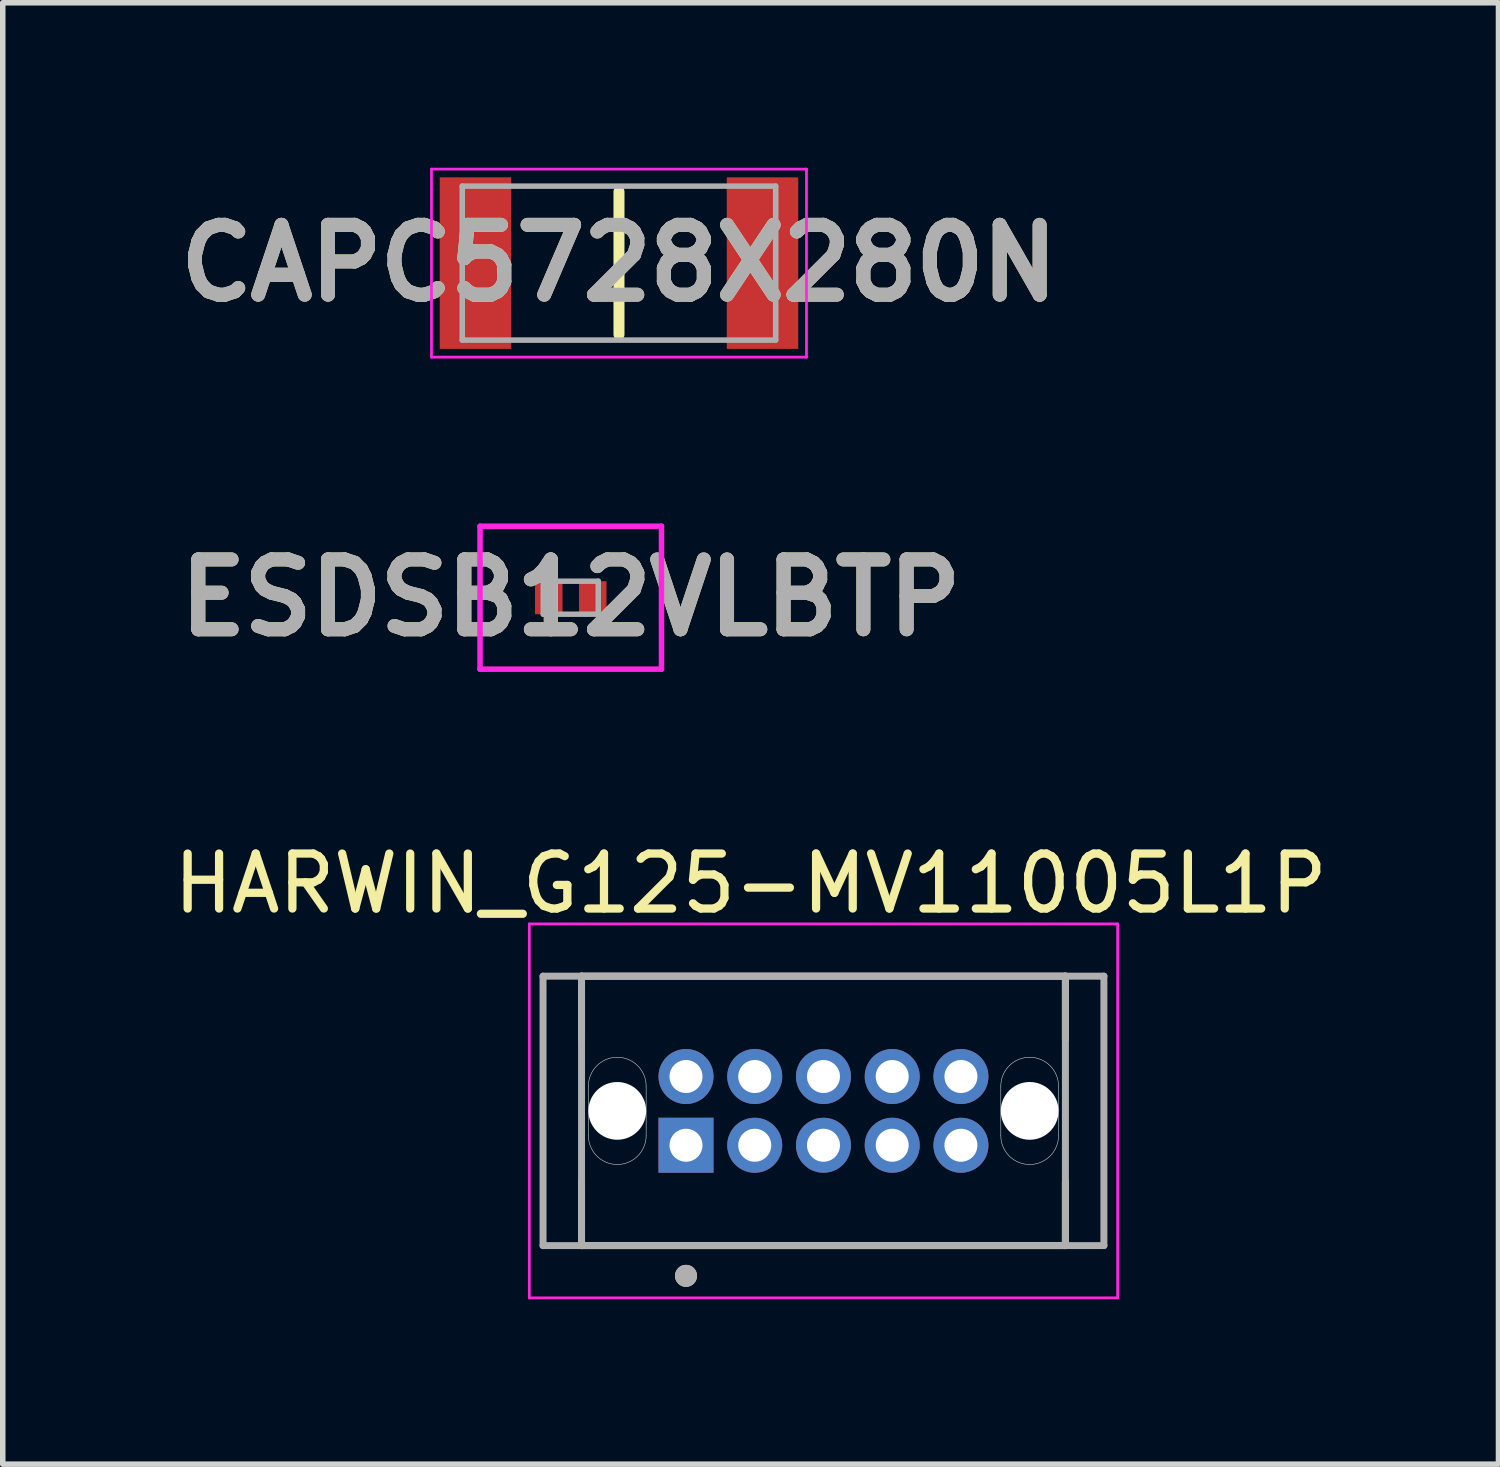
<source format=kicad_pcb>
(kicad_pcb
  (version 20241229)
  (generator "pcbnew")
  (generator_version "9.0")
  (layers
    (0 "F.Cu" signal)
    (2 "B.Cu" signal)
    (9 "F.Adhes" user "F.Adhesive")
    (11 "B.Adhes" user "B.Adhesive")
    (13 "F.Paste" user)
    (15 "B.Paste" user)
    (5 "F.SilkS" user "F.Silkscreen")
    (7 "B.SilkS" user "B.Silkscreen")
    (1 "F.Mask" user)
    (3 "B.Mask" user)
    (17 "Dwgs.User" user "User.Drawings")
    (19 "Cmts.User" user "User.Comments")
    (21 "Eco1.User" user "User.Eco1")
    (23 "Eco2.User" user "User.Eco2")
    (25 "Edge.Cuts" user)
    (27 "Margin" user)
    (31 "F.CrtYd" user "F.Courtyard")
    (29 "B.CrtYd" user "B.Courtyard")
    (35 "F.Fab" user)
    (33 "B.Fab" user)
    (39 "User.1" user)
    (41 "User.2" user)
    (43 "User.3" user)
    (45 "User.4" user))
  (footprint "ESDSB12VLBTP"
    (layer "F.Cu")
    (at 7.33 7.82)
    (property "Reference" "ESDSB12VLBTP" (at 0 0 0) (layer "F.SilkS") (effects (font (size 1.27 1.27) (thickness 0.254))))
    (attr smd)
    (fp_line (start -1.3 0) (end -1.3 0) (stroke (width 0.1) (type solid)) (layer "F.SilkS"))
    (fp_line (start -1.2 0) (end -1.2 0) (stroke (width 0.1) (type solid)) (layer "F.SilkS"))
    (fp_arc (start -1.3 0) (mid -1.25 -0.05) (end -1.2 0) (stroke (width 0.1) (type solid)) (layer "F.SilkS"))
    (fp_arc (start -1.2 0) (mid -1.25 0.05) (end -1.3 0) (stroke (width 0.1) (type solid)) (layer "F.SilkS"))
    (fp_line (start -1.65 -1.3) (end 1.65 -1.3) (stroke (width 0.1) (type solid)) (layer "F.CrtYd"))
    (fp_line (start -1.65 1.3) (end -1.65 -1.3) (stroke (width 0.1) (type solid)) (layer "F.CrtYd"))
    (fp_line (start 1.65 -1.3) (end 1.65 1.3) (stroke (width 0.1) (type solid)) (layer "F.CrtYd"))
    (fp_line (start 1.65 1.3) (end -1.65 1.3) (stroke (width 0.1) (type solid)) (layer "F.CrtYd"))
    (fp_line (start -0.5 -0.3) (end -0.5 0.3) (stroke (width 0.1) (type solid)) (layer "F.Fab"))
    (fp_line (start -0.5 0.3) (end 0.5 0.3) (stroke (width 0.1) (type solid)) (layer "F.Fab"))
    (fp_line (start 0.5 -0.3) (end -0.5 -0.3) (stroke (width 0.1) (type solid)) (layer "F.Fab"))
    (fp_line (start 0.5 0.3) (end 0.5 -0.3) (stroke (width 0.1) (type solid)) (layer "F.Fab"))
    (fp_text user "${REFERENCE}" (at 0 0 0) (layer "F.Fab") (effects (font (size 1.27 1.27) (thickness 0.254))))
    (pad "1" smd rect (at -0.4 0) (size 0.5 0.6) (layers "F.Cu" "F.Mask" "F.Paste"))
    (pad "2" smd rect (at 0.4 0) (size 0.5 0.6) (layers "F.Cu" "F.Mask" "F.Paste")))
  (footprint "CAPC5728X280N"
    (layer "F.Cu")
    (at 8.207 1.735)
    (property "Reference" "CAPC5728X280N" (at 0 0 0) (layer "F.SilkS") (effects (font (size 1.27 1.27) (thickness 0.254))))
    (attr smd)
    (fp_line (start 0 -1.3) (end 0 1.3) (stroke (width 0.2) (type solid)) (layer "F.SilkS"))
    (fp_line (start -3.41 -1.71) (end 3.41 -1.71) (stroke (width 0.05) (type solid)) (layer "F.CrtYd"))
    (fp_line (start -3.41 1.71) (end -3.41 -1.71) (stroke (width 0.05) (type solid)) (layer "F.CrtYd"))
    (fp_line (start 3.41 -1.71) (end 3.41 1.71) (stroke (width 0.05) (type solid)) (layer "F.CrtYd"))
    (fp_line (start 3.41 1.71) (end -3.41 1.71) (stroke (width 0.05) (type solid)) (layer "F.CrtYd"))
    (fp_line (start -2.85 -1.4) (end 2.85 -1.4) (stroke (width 0.1) (type solid)) (layer "F.Fab"))
    (fp_line (start -2.85 1.4) (end -2.85 -1.4) (stroke (width 0.1) (type solid)) (layer "F.Fab"))
    (fp_line (start 2.85 -1.4) (end 2.85 1.4) (stroke (width 0.1) (type solid)) (layer "F.Fab"))
    (fp_line (start 2.85 1.4) (end -2.85 1.4) (stroke (width 0.1) (type solid)) (layer "F.Fab"))
    (fp_text user "${REFERENCE}" (at 0 0 0) (layer "F.Fab") (effects (font (size 1.27 1.27) (thickness 0.254))))
    (pad "1" smd rect (at -2.61 0) (size 1.3 3.12) (layers "F.Cu" "F.Mask" "F.Paste"))
    (pad "2" smd rect (at 2.61 0) (size 1.3 3.12) (layers "F.Cu" "F.Mask" "F.Paste")))
  (footprint "HARWIN_G125-MV11005L1P"
    (layer "F.Cu")
    (at 11.926 17.153)
    (property "Reference" "HARWIN_G125-MV11005L1P" (at -1.325 -4.135 0) (layer "F.SilkS") (effects (font (size 1 1) (thickness 0.15))))
    (attr through_hole)
    (fp_poly (pts (xy -3.75 -1.075) (xy -3.717 -1.074) (xy -3.685 -1.072) (xy -3.652 -1.067) (xy -3.62 -1.061) (xy -3.588 -1.054) (xy -3.557 -1.044) (xy -3.526 -1.033) (xy -3.496 -1.021) (xy -3.466 -1.007) (xy -3.438 -0.991) (xy -3.41 -0.974) (xy -3.383 -0.956) (xy -3.357 -0.936) (xy -3.332 -0.914) (xy -3.308 -0.892) (xy -3.286 -0.868) (xy -3.264 -0.843) (xy -3.244 -0.817) (xy -3.226 -0.79) (xy -3.209 -0.762) (xy -3.193 -0.734) (xy -3.179 -0.704) (xy -3.167 -0.674) (xy -3.156 -0.643) (xy -3.146 -0.612) (xy -3.139 -0.58) (xy -3.133 -0.548) (xy -3.128 -0.515) (xy -3.126 -0.483) (xy -3.125 -0.45) (xy -3.125 0.45) (xy -3.126 0.483) (xy -3.128 0.515) (xy -3.133 0.548) (xy -3.139 0.58) (xy -3.146 0.612) (xy -3.156 0.643) (xy -3.167 0.674) (xy -3.179 0.704) (xy -3.193 0.734) (xy -3.209 0.762) (xy -3.226 0.79) (xy -3.244 0.817) (xy -3.264 0.843) (xy -3.286 0.868) (xy -3.308 0.892) (xy -3.332 0.914) (xy -3.357 0.936) (xy -3.383 0.956) (xy -3.41 0.974) (xy -3.438 0.991) (xy -3.466 1.007) (xy -3.496 1.021) (xy -3.526 1.033) (xy -3.557 1.044) (xy -3.588 1.054) (xy -3.62 1.061) (xy -3.652 1.067) (xy -3.685 1.072) (xy -3.717 1.074) (xy -3.75 1.075) (xy -3.783 1.074) (xy -3.815 1.072) (xy -3.848 1.067) (xy -3.88 1.061) (xy -3.912 1.054) (xy -3.943 1.044) (xy -3.974 1.033) (xy -4.004 1.021) (xy -4.034 1.007) (xy -4.063 0.991) (xy -4.09 0.974) (xy -4.117 0.956) (xy -4.143 0.936) (xy -4.168 0.914) (xy -4.192 0.892) (xy -4.214 0.868) (xy -4.236 0.843) (xy -4.256 0.817) (xy -4.274 0.79) (xy -4.291 0.762) (xy -4.307 0.734) (xy -4.321 0.704) (xy -4.333 0.674) (xy -4.344 0.643) (xy -4.354 0.612) (xy -4.361 0.58) (xy -4.367 0.548) (xy -4.372 0.515) (xy -4.374 0.483) (xy -4.375 0.45) (xy -4.375 -0.45) (xy -4.374 -0.483) (xy -4.372 -0.515) (xy -4.367 -0.548) (xy -4.361 -0.58) (xy -4.354 -0.612) (xy -4.344 -0.643) (xy -4.333 -0.674) (xy -4.321 -0.704) (xy -4.307 -0.734) (xy -4.291 -0.762) (xy -4.274 -0.79) (xy -4.256 -0.817) (xy -4.236 -0.843) (xy -4.214 -0.868) (xy -4.192 -0.892) (xy -4.168 -0.914) (xy -4.143 -0.936) (xy -4.117 -0.956) (xy -4.09 -0.974) (xy -4.063 -0.991) (xy -4.034 -1.007) (xy -4.004 -1.021) (xy -3.974 -1.033) (xy -3.943 -1.044) (xy -3.912 -1.054) (xy -3.88 -1.061) (xy -3.848 -1.067) (xy -3.815 -1.072) (xy -3.783 -1.074) (xy -3.75 -1.075)) (stroke (width 0.01) (type solid)) (fill yes) (layer "F.Mask"))
    (fp_poly (pts (xy 3.75 1.075) (xy 3.717 1.074) (xy 3.685 1.072) (xy 3.652 1.067) (xy 3.62 1.061) (xy 3.588 1.054) (xy 3.557 1.044) (xy 3.526 1.033) (xy 3.496 1.021) (xy 3.466 1.007) (xy 3.438 0.991) (xy 3.41 0.974) (xy 3.383 0.956) (xy 3.357 0.936) (xy 3.332 0.914) (xy 3.308 0.892) (xy 3.286 0.868) (xy 3.264 0.843) (xy 3.244 0.817) (xy 3.226 0.79) (xy 3.209 0.762) (xy 3.193 0.734) (xy 3.179 0.704) (xy 3.167 0.674) (xy 3.156 0.643) (xy 3.146 0.612) (xy 3.139 0.58) (xy 3.133 0.548) (xy 3.128 0.515) (xy 3.126 0.483) (xy 3.125 0.45) (xy 3.125 -0.45) (xy 3.126 -0.483) (xy 3.128 -0.515) (xy 3.133 -0.548) (xy 3.139 -0.58) (xy 3.146 -0.612) (xy 3.156 -0.643) (xy 3.167 -0.674) (xy 3.179 -0.704) (xy 3.193 -0.734) (xy 3.209 -0.762) (xy 3.226 -0.79) (xy 3.244 -0.817) (xy 3.264 -0.843) (xy 3.286 -0.868) (xy 3.308 -0.892) (xy 3.332 -0.914) (xy 3.357 -0.936) (xy 3.383 -0.956) (xy 3.41 -0.974) (xy 3.438 -0.991) (xy 3.466 -1.007) (xy 3.496 -1.021) (xy 3.526 -1.033) (xy 3.557 -1.044) (xy 3.588 -1.054) (xy 3.62 -1.061) (xy 3.652 -1.067) (xy 3.685 -1.072) (xy 3.717 -1.074) (xy 3.75 -1.075) (xy 3.783 -1.074) (xy 3.815 -1.072) (xy 3.848 -1.067) (xy 3.88 -1.061) (xy 3.912 -1.054) (xy 3.943 -1.044) (xy 3.974 -1.033) (xy 4.004 -1.021) (xy 4.034 -1.007) (xy 4.063 -0.991) (xy 4.09 -0.974) (xy 4.117 -0.956) (xy 4.143 -0.936) (xy 4.168 -0.914) (xy 4.192 -0.892) (xy 4.214 -0.868) (xy 4.236 -0.843) (xy 4.256 -0.817) (xy 4.274 -0.79) (xy 4.291 -0.762) (xy 4.307 -0.734) (xy 4.321 -0.704) (xy 4.333 -0.674) (xy 4.344 -0.643) (xy 4.354 -0.612) (xy 4.361 -0.58) (xy 4.367 -0.548) (xy 4.372 -0.515) (xy 4.374 -0.483) (xy 4.375 -0.45) (xy 4.375 0.45) (xy 4.374 0.483) (xy 4.372 0.515) (xy 4.367 0.548) (xy 4.361 0.58) (xy 4.354 0.612) (xy 4.344 0.643) (xy 4.333 0.674) (xy 4.321 0.704) (xy 4.307 0.734) (xy 4.291 0.762) (xy 4.274 0.79) (xy 4.256 0.817) (xy 4.236 0.843) (xy 4.214 0.868) (xy 4.192 0.892) (xy 4.168 0.914) (xy 4.143 0.936) (xy 4.117 0.956) (xy 4.09 0.974) (xy 4.063 0.991) (xy 4.034 1.007) (xy 4.004 1.021) (xy 3.974 1.033) (xy 3.943 1.044) (xy 3.912 1.054) (xy 3.88 1.061) (xy 3.848 1.067) (xy 3.815 1.072) (xy 3.783 1.074) (xy 3.75 1.075)) (stroke (width 0.01) (type solid)) (fill yes) (layer "F.Mask"))
    (fp_poly (pts (xy -3.75 -1.075) (xy -3.717 -1.074) (xy -3.685 -1.072) (xy -3.652 -1.067) (xy -3.62 -1.061) (xy -3.588 -1.054) (xy -3.557 -1.044) (xy -3.526 -1.033) (xy -3.496 -1.021) (xy -3.466 -1.007) (xy -3.438 -0.991) (xy -3.41 -0.974) (xy -3.383 -0.956) (xy -3.357 -0.936) (xy -3.332 -0.914) (xy -3.308 -0.892) (xy -3.286 -0.868) (xy -3.264 -0.843) (xy -3.244 -0.817) (xy -3.226 -0.79) (xy -3.209 -0.762) (xy -3.193 -0.734) (xy -3.179 -0.704) (xy -3.167 -0.674) (xy -3.156 -0.643) (xy -3.146 -0.612) (xy -3.139 -0.58) (xy -3.133 -0.548) (xy -3.128 -0.515) (xy -3.126 -0.483) (xy -3.125 -0.45) (xy -3.125 0.45) (xy -3.126 0.483) (xy -3.128 0.515) (xy -3.133 0.548) (xy -3.139 0.58) (xy -3.146 0.612) (xy -3.156 0.643) (xy -3.167 0.674) (xy -3.179 0.704) (xy -3.193 0.734) (xy -3.209 0.762) (xy -3.226 0.79) (xy -3.244 0.817) (xy -3.264 0.843) (xy -3.286 0.868) (xy -3.308 0.892) (xy -3.332 0.914) (xy -3.357 0.936) (xy -3.383 0.956) (xy -3.41 0.974) (xy -3.438 0.991) (xy -3.466 1.007) (xy -3.496 1.021) (xy -3.526 1.033) (xy -3.557 1.044) (xy -3.588 1.054) (xy -3.62 1.061) (xy -3.652 1.067) (xy -3.685 1.072) (xy -3.717 1.074) (xy -3.75 1.075) (xy -3.783 1.074) (xy -3.815 1.072) (xy -3.848 1.067) (xy -3.88 1.061) (xy -3.912 1.054) (xy -3.943 1.044) (xy -3.974 1.033) (xy -4.004 1.021) (xy -4.034 1.007) (xy -4.063 0.991) (xy -4.09 0.974) (xy -4.117 0.956) (xy -4.143 0.936) (xy -4.168 0.914) (xy -4.192 0.892) (xy -4.214 0.868) (xy -4.236 0.843) (xy -4.256 0.817) (xy -4.274 0.79) (xy -4.291 0.762) (xy -4.307 0.734) (xy -4.321 0.704) (xy -4.333 0.674) (xy -4.344 0.643) (xy -4.354 0.612) (xy -4.361 0.58) (xy -4.367 0.548) (xy -4.372 0.515) (xy -4.374 0.483) (xy -4.375 0.45) (xy -4.375 -0.45) (xy -4.374 -0.483) (xy -4.372 -0.515) (xy -4.367 -0.548) (xy -4.361 -0.58) (xy -4.354 -0.612) (xy -4.344 -0.643) (xy -4.333 -0.674) (xy -4.321 -0.704) (xy -4.307 -0.734) (xy -4.291 -0.762) (xy -4.274 -0.79) (xy -4.256 -0.817) (xy -4.236 -0.843) (xy -4.214 -0.868) (xy -4.192 -0.892) (xy -4.168 -0.914) (xy -4.143 -0.936) (xy -4.117 -0.956) (xy -4.09 -0.974) (xy -4.063 -0.991) (xy -4.034 -1.007) (xy -4.004 -1.021) (xy -3.974 -1.033) (xy -3.943 -1.044) (xy -3.912 -1.054) (xy -3.88 -1.061) (xy -3.848 -1.067) (xy -3.815 -1.072) (xy -3.783 -1.074) (xy -3.75 -1.075)) (stroke (width 0.01) (type solid)) (fill yes) (layer "B.Mask"))
    (fp_poly (pts (xy 3.75 1.075) (xy 3.717 1.074) (xy 3.685 1.072) (xy 3.652 1.067) (xy 3.62 1.061) (xy 3.588 1.054) (xy 3.557 1.044) (xy 3.526 1.033) (xy 3.496 1.021) (xy 3.466 1.007) (xy 3.438 0.991) (xy 3.41 0.974) (xy 3.383 0.956) (xy 3.357 0.936) (xy 3.332 0.914) (xy 3.308 0.892) (xy 3.286 0.868) (xy 3.264 0.843) (xy 3.244 0.817) (xy 3.226 0.79) (xy 3.209 0.762) (xy 3.193 0.734) (xy 3.179 0.704) (xy 3.167 0.674) (xy 3.156 0.643) (xy 3.146 0.612) (xy 3.139 0.58) (xy 3.133 0.548) (xy 3.128 0.515) (xy 3.126 0.483) (xy 3.125 0.45) (xy 3.125 -0.45) (xy 3.126 -0.483) (xy 3.128 -0.515) (xy 3.133 -0.548) (xy 3.139 -0.58) (xy 3.146 -0.612) (xy 3.156 -0.643) (xy 3.167 -0.674) (xy 3.179 -0.704) (xy 3.193 -0.734) (xy 3.209 -0.762) (xy 3.226 -0.79) (xy 3.244 -0.817) (xy 3.264 -0.843) (xy 3.286 -0.868) (xy 3.308 -0.892) (xy 3.332 -0.914) (xy 3.357 -0.936) (xy 3.383 -0.956) (xy 3.41 -0.974) (xy 3.438 -0.991) (xy 3.466 -1.007) (xy 3.496 -1.021) (xy 3.526 -1.033) (xy 3.557 -1.044) (xy 3.588 -1.054) (xy 3.62 -1.061) (xy 3.652 -1.067) (xy 3.685 -1.072) (xy 3.717 -1.074) (xy 3.75 -1.075) (xy 3.783 -1.074) (xy 3.815 -1.072) (xy 3.848 -1.067) (xy 3.88 -1.061) (xy 3.912 -1.054) (xy 3.943 -1.044) (xy 3.974 -1.033) (xy 4.004 -1.021) (xy 4.034 -1.007) (xy 4.063 -0.991) (xy 4.09 -0.974) (xy 4.117 -0.956) (xy 4.143 -0.936) (xy 4.168 -0.914) (xy 4.192 -0.892) (xy 4.214 -0.868) (xy 4.236 -0.843) (xy 4.256 -0.817) (xy 4.274 -0.79) (xy 4.291 -0.762) (xy 4.307 -0.734) (xy 4.321 -0.704) (xy 4.333 -0.674) (xy 4.344 -0.643) (xy 4.354 -0.612) (xy 4.361 -0.58) (xy 4.367 -0.548) (xy 4.372 -0.515) (xy 4.374 -0.483) (xy 4.375 -0.45) (xy 4.375 0.45) (xy 4.374 0.483) (xy 4.372 0.515) (xy 4.367 0.548) (xy 4.361 0.58) (xy 4.354 0.612) (xy 4.344 0.643) (xy 4.333 0.674) (xy 4.321 0.704) (xy 4.307 0.734) (xy 4.291 0.762) (xy 4.274 0.79) (xy 4.256 0.817) (xy 4.236 0.843) (xy 4.214 0.868) (xy 4.192 0.892) (xy 4.168 0.914) (xy 4.143 0.936) (xy 4.117 0.956) (xy 4.09 0.974) (xy 4.063 0.991) (xy 4.034 1.007) (xy 4.004 1.021) (xy 3.974 1.033) (xy 3.943 1.044) (xy 3.912 1.054) (xy 3.88 1.061) (xy 3.848 1.067) (xy 3.815 1.072) (xy 3.783 1.074) (xy 3.75 1.075)) (stroke (width 0.01) (type solid)) (fill yes) (layer "B.Mask"))
    (fp_line (start -4.4 -2.45) (end 4.4 -2.45) (stroke (width 0.127) (type solid)) (layer "F.SilkS"))
    (fp_line (start -4.4 -1.295) (end -4.4 -2.45) (stroke (width 0.127) (type solid)) (layer "F.SilkS"))
    (fp_line (start -4.4 2.45) (end -4.4 1.295) (stroke (width 0.127) (type solid)) (layer "F.SilkS"))
    (fp_line (start 4.4 -2.45) (end 4.4 -1.295) (stroke (width 0.127) (type solid)) (layer "F.SilkS"))
    (fp_line (start 4.4 1.295) (end 4.4 2.45) (stroke (width 0.127) (type solid)) (layer "F.SilkS"))
    (fp_line (start 4.4 2.45) (end -4.4 2.45) (stroke (width 0.127) (type solid)) (layer "F.SilkS"))
    (fp_circle (center -2.5 3) (end -2.4 3) (stroke (width 0.2) (type solid)) (fill no) (layer "F.SilkS"))
    (fp_line (start -4.275 0.45) (end -4.275 -0.45) (stroke (width 0.01) (type solid)) (layer "Edge.Cuts"))
    (fp_line (start -3.225 -0.45) (end -3.225 0.45) (stroke (width 0.01) (type solid)) (layer "Edge.Cuts"))
    (fp_line (start 3.225 0.45) (end 3.225 -0.45) (stroke (width 0.01) (type solid)) (layer "Edge.Cuts"))
    (fp_line (start 4.275 -0.45) (end 4.275 0.45) (stroke (width 0.01) (type solid)) (layer "Edge.Cuts"))
    (fp_arc (start -4.275 -0.45) (mid -4.121231 -0.821231) (end -3.75 -0.975) (stroke (width 0.01) (type solid)) (layer "Edge.Cuts"))
    (fp_arc (start -3.75 -0.975) (mid -3.378769 -0.821231) (end -3.225 -0.45) (stroke (width 0.01) (type solid)) (layer "Edge.Cuts"))
    (fp_arc (start -3.75 0.975) (mid -4.121231 0.821231) (end -4.275 0.45) (stroke (width 0.01) (type solid)) (layer "Edge.Cuts"))
    (fp_arc (start -3.225 0.45) (mid -3.378769 0.821231) (end -3.75 0.975) (stroke (width 0.01) (type solid)) (layer "Edge.Cuts"))
    (fp_arc (start 3.225 -0.45) (mid 3.378769 -0.821231) (end 3.75 -0.975) (stroke (width 0.01) (type solid)) (layer "Edge.Cuts"))
    (fp_arc (start 3.75 -0.975) (mid 4.121231 -0.821231) (end 4.275 -0.45) (stroke (width 0.01) (type solid)) (layer "Edge.Cuts"))
    (fp_arc (start 3.75 0.975) (mid 3.378769 0.821231) (end 3.225 0.45) (stroke (width 0.01) (type solid)) (layer "Edge.Cuts"))
    (fp_arc (start 4.275 0.45) (mid 4.121231 0.821231) (end 3.75 0.975) (stroke (width 0.01) (type solid)) (layer "Edge.Cuts"))
    (fp_line (start -5.35 -3.4) (end 5.35 -3.4) (stroke (width 0.05) (type solid)) (layer "F.CrtYd"))
    (fp_line (start -5.35 3.4) (end -5.35 -3.4) (stroke (width 0.05) (type solid)) (layer "F.CrtYd"))
    (fp_line (start 5.35 -3.4) (end 5.35 3.4) (stroke (width 0.05) (type solid)) (layer "F.CrtYd"))
    (fp_line (start 5.35 3.4) (end -5.35 3.4) (stroke (width 0.05) (type solid)) (layer "F.CrtYd"))
    (fp_line (start -5.1 -2.45) (end -4.4 -2.45) (stroke (width 0.127) (type solid)) (layer "F.Fab"))
    (fp_line (start -5.1 2.45) (end -5.1 -2.45) (stroke (width 0.127) (type solid)) (layer "F.Fab"))
    (fp_line (start -4.4 -2.45) (end 4.4 -2.45) (stroke (width 0.127) (type solid)) (layer "F.Fab"))
    (fp_line (start -4.4 2.45) (end -5.1 2.45) (stroke (width 0.127) (type solid)) (layer "F.Fab"))
    (fp_line (start -4.4 2.45) (end -4.4 -2.45) (stroke (width 0.127) (type solid)) (layer "F.Fab"))
    (fp_line (start 4.4 -2.45) (end 4.4 2.45) (stroke (width 0.127) (type solid)) (layer "F.Fab"))
    (fp_line (start 4.4 -2.45) (end 5.1 -2.45) (stroke (width 0.127) (type solid)) (layer "F.Fab"))
    (fp_line (start 4.4 2.45) (end -4.4 2.45) (stroke (width 0.127) (type solid)) (layer "F.Fab"))
    (fp_line (start 5.1 -2.45) (end 5.1 2.45) (stroke (width 0.127) (type solid)) (layer "F.Fab"))
    (fp_line (start 5.1 2.45) (end 4.4 2.45) (stroke (width 0.127) (type solid)) (layer "F.Fab"))
    (fp_circle (center -2.5 3) (end -2.4 3) (stroke (width 0.2) (type solid)) (fill no) (layer "F.Fab"))
    (pad "" np_thru_hole circle (at -3.75 0) (size 1.05 1.05) (drill 1.05) (layers "*.Cu" "*.Mask"))
    (pad "" np_thru_hole circle (at 3.75 0) (size 1.05 1.05) (drill 1.05) (layers "*.Cu" "*.Mask"))
    (pad "1" thru_hole rect (at -2.5 0.625) (size 1 1) (drill 0.6) (layers "*.Cu" "*.Mask"))
    (pad "2" thru_hole circle (at -1.25 0.625) (size 1 1) (drill 0.6) (layers "*.Cu" "*.Mask"))
    (pad "3" thru_hole circle (at 0 0.625) (size 1 1) (drill 0.6) (layers "*.Cu" "*.Mask"))
    (pad "4" thru_hole circle (at 1.25 0.625) (size 1 1) (drill 0.6) (layers "*.Cu" "*.Mask"))
    (pad "5" thru_hole circle (at 2.5 0.625) (size 1 1) (drill 0.6) (layers "*.Cu" "*.Mask"))
    (pad "6" thru_hole circle (at -2.5 -0.625) (size 1 1) (drill 0.6) (layers "*.Cu" "*.Mask"))
    (pad "7" thru_hole circle (at -1.25 -0.625) (size 1 1) (drill 0.6) (layers "*.Cu" "*.Mask"))
    (pad "8" thru_hole circle (at 0 -0.625) (size 1 1) (drill 0.6) (layers "*.Cu" "*.Mask"))
    (pad "9" thru_hole circle (at 1.25 -0.625) (size 1 1) (drill 0.6) (layers "*.Cu" "*.Mask"))
    (pad "10" thru_hole circle (at 2.5 -0.625) (size 1 1) (drill 0.6) (layers "*.Cu" "*.Mask")))
  (gr_rect
    (start -3 -3)
    (end 24.202 23.578)
    (stroke (width 0.1) (type default))
    (fill no)
    (layer "Edge.Cuts")))
</source>
